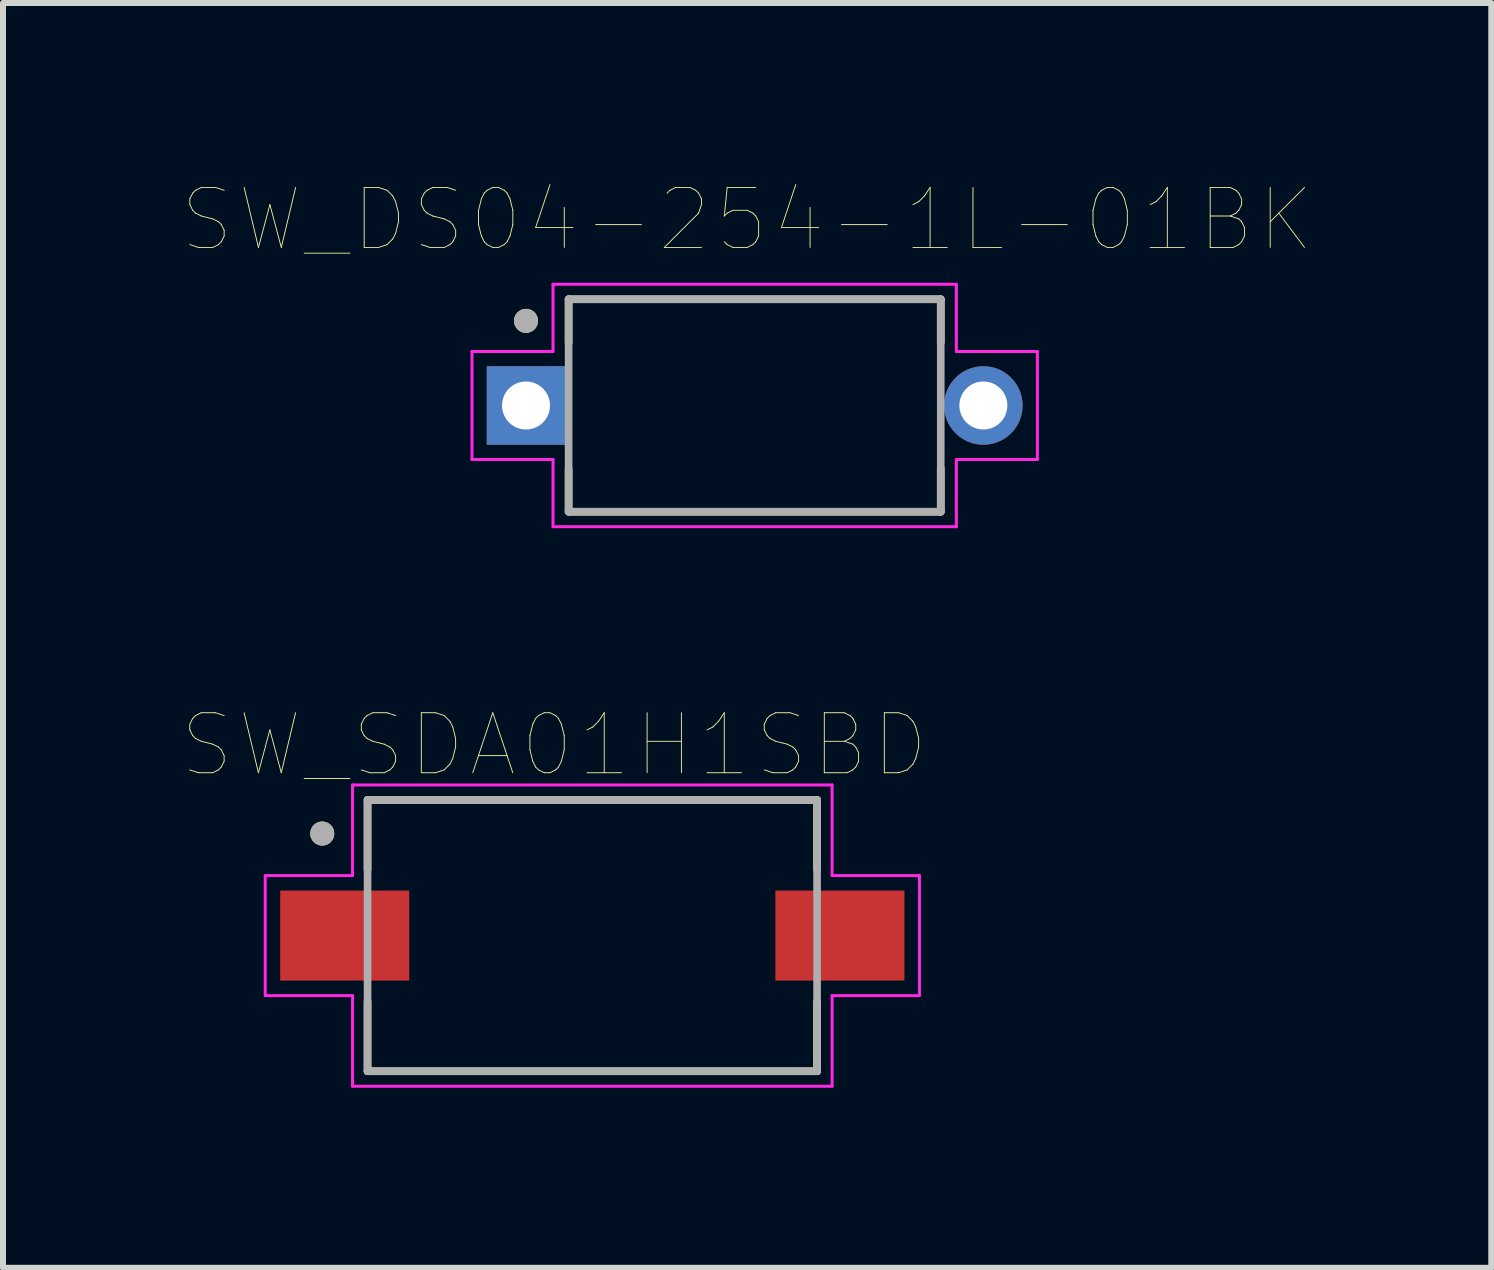
<source format=kicad_pcb>
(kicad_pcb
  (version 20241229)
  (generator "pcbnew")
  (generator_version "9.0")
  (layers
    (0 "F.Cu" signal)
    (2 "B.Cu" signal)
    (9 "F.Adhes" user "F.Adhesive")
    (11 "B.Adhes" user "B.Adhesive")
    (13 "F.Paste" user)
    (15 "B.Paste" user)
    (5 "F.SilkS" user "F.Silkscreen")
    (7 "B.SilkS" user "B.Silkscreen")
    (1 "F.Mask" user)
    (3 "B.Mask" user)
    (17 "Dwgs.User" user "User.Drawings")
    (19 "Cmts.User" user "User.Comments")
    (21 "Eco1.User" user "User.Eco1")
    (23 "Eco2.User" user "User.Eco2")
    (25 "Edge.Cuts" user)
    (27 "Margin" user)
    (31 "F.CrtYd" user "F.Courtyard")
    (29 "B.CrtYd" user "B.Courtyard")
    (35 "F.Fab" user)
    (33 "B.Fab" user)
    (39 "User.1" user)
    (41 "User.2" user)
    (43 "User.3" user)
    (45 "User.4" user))
  (footprint "SW_DS04-254-1L-01BK"
    (layer "F.Cu")
    (at 9.524 3.706)
    (property "Reference" "SW_DS04-254-1L-01BK" (at -0.125 -3.095 0) (layer "F.SilkS") (effects (font (size 1 1) (thickness 0.015))))
    (attr through_hole)
    (fp_line (start -3.1 -1.77) (end -3.1 -1.05) (stroke (width 0.127) (type solid)) (layer "F.SilkS"))
    (fp_line (start -3.1 1.05) (end -3.1 1.77) (stroke (width 0.127) (type solid)) (layer "F.SilkS"))
    (fp_line (start -3.1 1.77) (end 3.1 1.77) (stroke (width 0.127) (type solid)) (layer "F.SilkS"))
    (fp_line (start 3.1 -1.77) (end -3.1 -1.77) (stroke (width 0.127) (type solid)) (layer "F.SilkS"))
    (fp_line (start 3.1 -1.05) (end 3.1 -1.77) (stroke (width 0.127) (type solid)) (layer "F.SilkS"))
    (fp_line (start 3.1 1.77) (end 3.1 1.05) (stroke (width 0.127) (type solid)) (layer "F.SilkS"))
    (fp_circle (center -3.81 -1.41) (end -3.71 -1.41) (stroke (width 0.2) (type solid)) (fill no) (layer "F.SilkS"))
    (fp_line (start -4.71 0.9) (end -4.71 -0.9) (stroke (width 0.05) (type solid)) (layer "F.CrtYd"))
    (fp_line (start -3.36 -2.02) (end -3.36 -0.9) (stroke (width 0.05) (type solid)) (layer "F.CrtYd"))
    (fp_line (start -3.36 -2.02) (end 3.36 -2.02) (stroke (width 0.05) (type solid)) (layer "F.CrtYd"))
    (fp_line (start -3.36 -0.9) (end -4.71 -0.9) (stroke (width 0.05) (type solid)) (layer "F.CrtYd"))
    (fp_line (start -3.36 0.9) (end -4.71 0.9) (stroke (width 0.05) (type solid)) (layer "F.CrtYd"))
    (fp_line (start -3.36 0.9) (end -3.36 2.02) (stroke (width 0.05) (type solid)) (layer "F.CrtYd"))
    (fp_line (start 3.36 -2.02) (end 3.36 -0.9) (stroke (width 0.05) (type solid)) (layer "F.CrtYd"))
    (fp_line (start 3.36 0.9) (end 3.36 2.02) (stroke (width 0.05) (type solid)) (layer "F.CrtYd"))
    (fp_line (start 3.36 2.02) (end -3.36 2.02) (stroke (width 0.05) (type solid)) (layer "F.CrtYd"))
    (fp_line (start 4.71 -0.9) (end 3.36 -0.9) (stroke (width 0.05) (type solid)) (layer "F.CrtYd"))
    (fp_line (start 4.71 -0.9) (end 4.71 0.9) (stroke (width 0.05) (type solid)) (layer "F.CrtYd"))
    (fp_line (start 4.71 0.9) (end 3.36 0.9) (stroke (width 0.05) (type solid)) (layer "F.CrtYd"))
    (fp_line (start -3.1 -1.77) (end -3.1 1.77) (stroke (width 0.127) (type solid)) (layer "F.Fab"))
    (fp_line (start -3.1 1.77) (end 3.1 1.77) (stroke (width 0.127) (type solid)) (layer "F.Fab"))
    (fp_line (start 3.1 -1.77) (end -3.1 -1.77) (stroke (width 0.127) (type solid)) (layer "F.Fab"))
    (fp_line (start 3.1 1.77) (end 3.1 -1.77) (stroke (width 0.127) (type solid)) (layer "F.Fab"))
    (fp_circle (center -3.81 -1.41) (end -3.71 -1.41) (stroke (width 0.2) (type solid)) (fill no) (layer "F.Fab"))
    (pad "1" thru_hole rect (at -3.81 0) (size 1.308 1.308) (drill 0.8) (layers "*.Cu" "*.Mask"))
    (pad "2" thru_hole circle (at 3.81 0) (size 1.308 1.308) (drill 0.8) (layers "*.Cu" "*.Mask")))
  (footprint "SW_SDA01H1SBD"
    (layer "F.Cu")
    (at 6.819 12.538)
    (property "Reference" "SW_SDA01H1SBD" (at -0.635 -3.175 0) (layer "F.SilkS") (effects (font (size 1 1) (thickness 0.015))))
    (attr through_hole)
    (fp_line (start -3.745 -2.26) (end 3.745 -2.26) (stroke (width 0.127) (type solid)) (layer "F.SilkS"))
    (fp_line (start -3.745 -1.1) (end -3.745 -2.26) (stroke (width 0.127) (type solid)) (layer "F.SilkS"))
    (fp_line (start -3.745 1.1) (end -3.745 2.26) (stroke (width 0.127) (type solid)) (layer "F.SilkS"))
    (fp_line (start -3.745 2.26) (end 3.745 2.26) (stroke (width 0.127) (type solid)) (layer "F.SilkS"))
    (fp_line (start 3.745 -2.26) (end 3.745 -1.1) (stroke (width 0.127) (type solid)) (layer "F.SilkS"))
    (fp_line (start 3.745 2.26) (end 3.745 1.1) (stroke (width 0.127) (type solid)) (layer "F.SilkS"))
    (fp_circle (center -4.5 -1.7) (end -4.4 -1.7) (stroke (width 0.2) (type solid)) (fill no) (layer "F.SilkS"))
    (fp_line (start -5.45 -1) (end -3.995 -1) (stroke (width 0.05) (type solid)) (layer "F.CrtYd"))
    (fp_line (start -5.45 1) (end -5.45 -1) (stroke (width 0.05) (type solid)) (layer "F.CrtYd"))
    (fp_line (start -3.995 -2.51) (end 3.995 -2.51) (stroke (width 0.05) (type solid)) (layer "F.CrtYd"))
    (fp_line (start -3.995 -1) (end -3.995 -2.51) (stroke (width 0.05) (type solid)) (layer "F.CrtYd"))
    (fp_line (start -3.995 1) (end -5.45 1) (stroke (width 0.05) (type solid)) (layer "F.CrtYd"))
    (fp_line (start -3.995 2.51) (end -3.995 1) (stroke (width 0.05) (type solid)) (layer "F.CrtYd"))
    (fp_line (start 3.995 -2.51) (end 3.995 -1) (stroke (width 0.05) (type solid)) (layer "F.CrtYd"))
    (fp_line (start 3.995 -1) (end 5.45 -1) (stroke (width 0.05) (type solid)) (layer "F.CrtYd"))
    (fp_line (start 3.995 1) (end 3.995 2.51) (stroke (width 0.05) (type solid)) (layer "F.CrtYd"))
    (fp_line (start 3.995 2.51) (end -3.995 2.51) (stroke (width 0.05) (type solid)) (layer "F.CrtYd"))
    (fp_line (start 5.45 -1) (end 5.45 1) (stroke (width 0.05) (type solid)) (layer "F.CrtYd"))
    (fp_line (start 5.45 1) (end 3.995 1) (stroke (width 0.05) (type solid)) (layer "F.CrtYd"))
    (fp_line (start -3.745 -2.26) (end 3.745 -2.26) (stroke (width 0.127) (type solid)) (layer "F.Fab"))
    (fp_line (start -3.745 2.26) (end -3.745 -2.26) (stroke (width 0.127) (type solid)) (layer "F.Fab"))
    (fp_line (start 3.745 -2.26) (end 3.745 2.26) (stroke (width 0.127) (type solid)) (layer "F.Fab"))
    (fp_line (start 3.745 2.26) (end -3.745 2.26) (stroke (width 0.127) (type solid)) (layer "F.Fab"))
    (fp_circle (center -4.5 -1.7) (end -4.4 -1.7) (stroke (width 0.2) (type solid)) (fill no) (layer "F.Fab"))
    (pad "COM1" smd rect (at -4.125 0) (size 2.15 1.5) (layers "F.Cu" "F.Mask" "F.Paste"))
    (pad "NO1" smd rect (at 4.125 0) (size 2.15 1.5) (layers "F.Cu" "F.Mask" "F.Paste")))
  (gr_rect
    (start -3 -3)
    (end 21.797 18.073)
    (stroke (width 0.1) (type default))
    (fill no)
    (layer "Edge.Cuts")))
</source>
